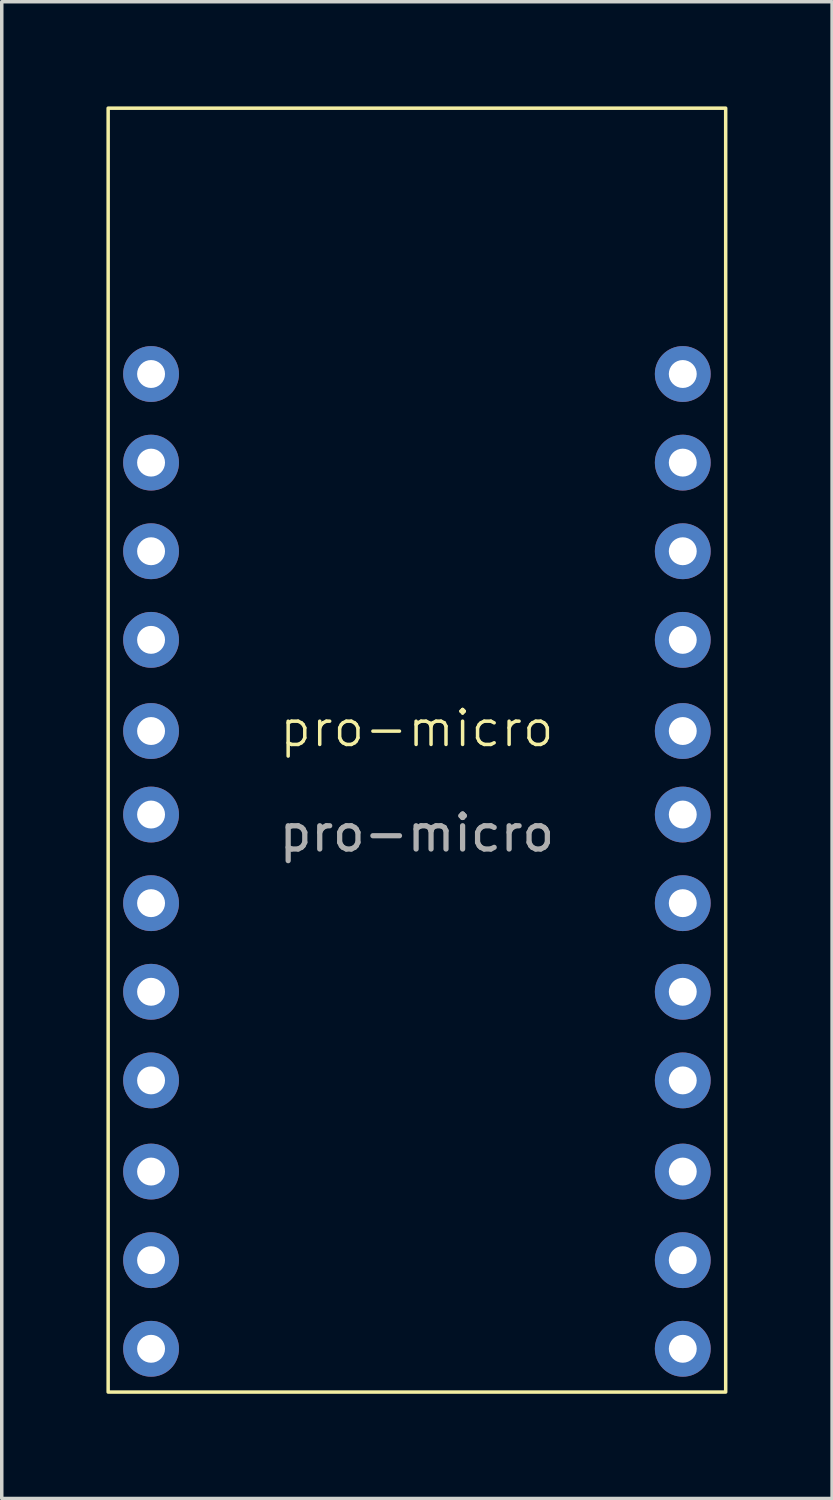
<source format=kicad_pcb>
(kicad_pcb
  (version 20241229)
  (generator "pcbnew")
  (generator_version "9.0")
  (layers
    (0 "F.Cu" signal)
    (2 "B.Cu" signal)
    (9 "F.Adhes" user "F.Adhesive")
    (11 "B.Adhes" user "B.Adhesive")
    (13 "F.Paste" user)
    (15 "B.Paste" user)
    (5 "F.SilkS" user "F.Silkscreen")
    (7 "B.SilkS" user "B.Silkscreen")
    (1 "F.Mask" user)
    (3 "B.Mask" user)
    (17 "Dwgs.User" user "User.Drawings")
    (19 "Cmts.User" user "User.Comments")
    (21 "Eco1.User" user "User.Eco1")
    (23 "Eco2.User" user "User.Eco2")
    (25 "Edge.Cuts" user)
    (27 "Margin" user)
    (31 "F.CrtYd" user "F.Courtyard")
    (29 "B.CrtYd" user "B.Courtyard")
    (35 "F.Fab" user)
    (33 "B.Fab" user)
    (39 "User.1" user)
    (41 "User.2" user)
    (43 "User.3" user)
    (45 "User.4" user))
  (footprint "pro-micro"
    (layer "F.Cu")
    (at 8.9 17.83)
    (property "Reference" "pro-micro" (at 0 0 0) (unlocked yes) (layer "F.SilkS") (effects (font (size 1 1) (thickness 0.1))))
    (attr smd)
    (fp_rect (start -8.85 -17.78) (end 8.85 19.02) (stroke (width 0.1) (type default)) (fill no) (layer "F.SilkS"))
    (fp_text user "${REFERENCE}" (at 0 3 0) (unlocked yes) (layer "F.Fab") (effects (font (size 1 1) (thickness 0.15))))
    (pad "1" thru_hole circle (at -7.62 -10.16) (size 1.6 1.6) (drill 0.8) (layers "*.Cu" "*.Mask"))
    (pad "2" thru_hole circle (at -7.62 -7.62) (size 1.6 1.6) (drill 0.8) (layers "*.Cu" "*.Mask"))
    (pad "3" thru_hole circle (at -7.62 -5.08) (size 1.6 1.6) (drill 0.8) (layers "*.Cu" "*.Mask"))
    (pad "4" thru_hole circle (at -7.62 -2.54) (size 1.6 1.6) (drill 0.8) (layers "*.Cu" "*.Mask"))
    (pad "5" thru_hole circle (at -7.62 0.073) (size 1.6 1.6) (drill 0.8) (layers "*.Cu" "*.Mask"))
    (pad "6" thru_hole circle (at -7.62 2.467) (size 1.6 1.6) (drill 0.8) (layers "*.Cu" "*.Mask"))
    (pad "7" thru_hole circle (at -7.62 5.007) (size 1.6 1.6) (drill 0.8) (layers "*.Cu" "*.Mask"))
    (pad "8" thru_hole circle (at -7.62 7.547) (size 1.6 1.6) (drill 0.8) (layers "*.Cu" "*.Mask"))
    (pad "9" thru_hole circle (at -7.62 10.087) (size 1.6 1.6) (drill 0.8) (layers "*.Cu" "*.Mask"))
    (pad "10" thru_hole circle (at -7.62 12.7) (size 1.6 1.6) (drill 0.8) (layers "*.Cu" "*.Mask"))
    (pad "11" thru_hole circle (at -7.62 15.24) (size 1.6 1.6) (drill 0.8) (layers "*.Cu" "*.Mask"))
    (pad "12" thru_hole circle (at -7.62 17.78) (size 1.6 1.6) (drill 0.8) (layers "*.Cu" "*.Mask"))
    (pad "13" thru_hole circle (at 7.62 -10.16) (size 1.6 1.6) (drill 0.8) (layers "*.Cu" "*.Mask"))
    (pad "14" thru_hole circle (at 7.62 -7.62) (size 1.6 1.6) (drill 0.8) (layers "*.Cu" "*.Mask"))
    (pad "15" thru_hole circle (at 7.62 -5.08) (size 1.6 1.6) (drill 0.8) (layers "*.Cu" "*.Mask"))
    (pad "16" thru_hole circle (at 7.62 -2.54) (size 1.6 1.6) (drill 0.8) (layers "*.Cu" "*.Mask"))
    (pad "17" thru_hole circle (at 7.62 0.073) (size 1.6 1.6) (drill 0.8) (layers "*.Cu" "*.Mask"))
    (pad "18" thru_hole circle (at 7.62 2.467) (size 1.6 1.6) (drill 0.8) (layers "*.Cu" "*.Mask"))
    (pad "19" thru_hole circle (at 7.62 5.007) (size 1.6 1.6) (drill 0.8) (layers "*.Cu" "*.Mask"))
    (pad "20" thru_hole circle (at 7.62 7.547) (size 1.6 1.6) (drill 0.8) (layers "*.Cu" "*.Mask"))
    (pad "21" thru_hole circle (at 7.62 10.087) (size 1.6 1.6) (drill 0.8) (layers "*.Cu" "*.Mask"))
    (pad "22" thru_hole circle (at 7.62 12.7) (size 1.6 1.6) (drill 0.8) (layers "*.Cu" "*.Mask"))
    (pad "23" thru_hole circle (at 7.62 15.24) (size 1.6 1.6) (drill 0.8) (layers "*.Cu" "*.Mask"))
    (pad "24" thru_hole circle (at 7.62 17.78) (size 1.6 1.6) (drill 0.8) (layers "*.Cu" "*.Mask")))
  (gr_rect
    (start -3 -3)
    (end 20.8 39.9)
    (stroke (width 0.1) (type default))
    (fill no)
    (layer "Edge.Cuts")))
</source>
